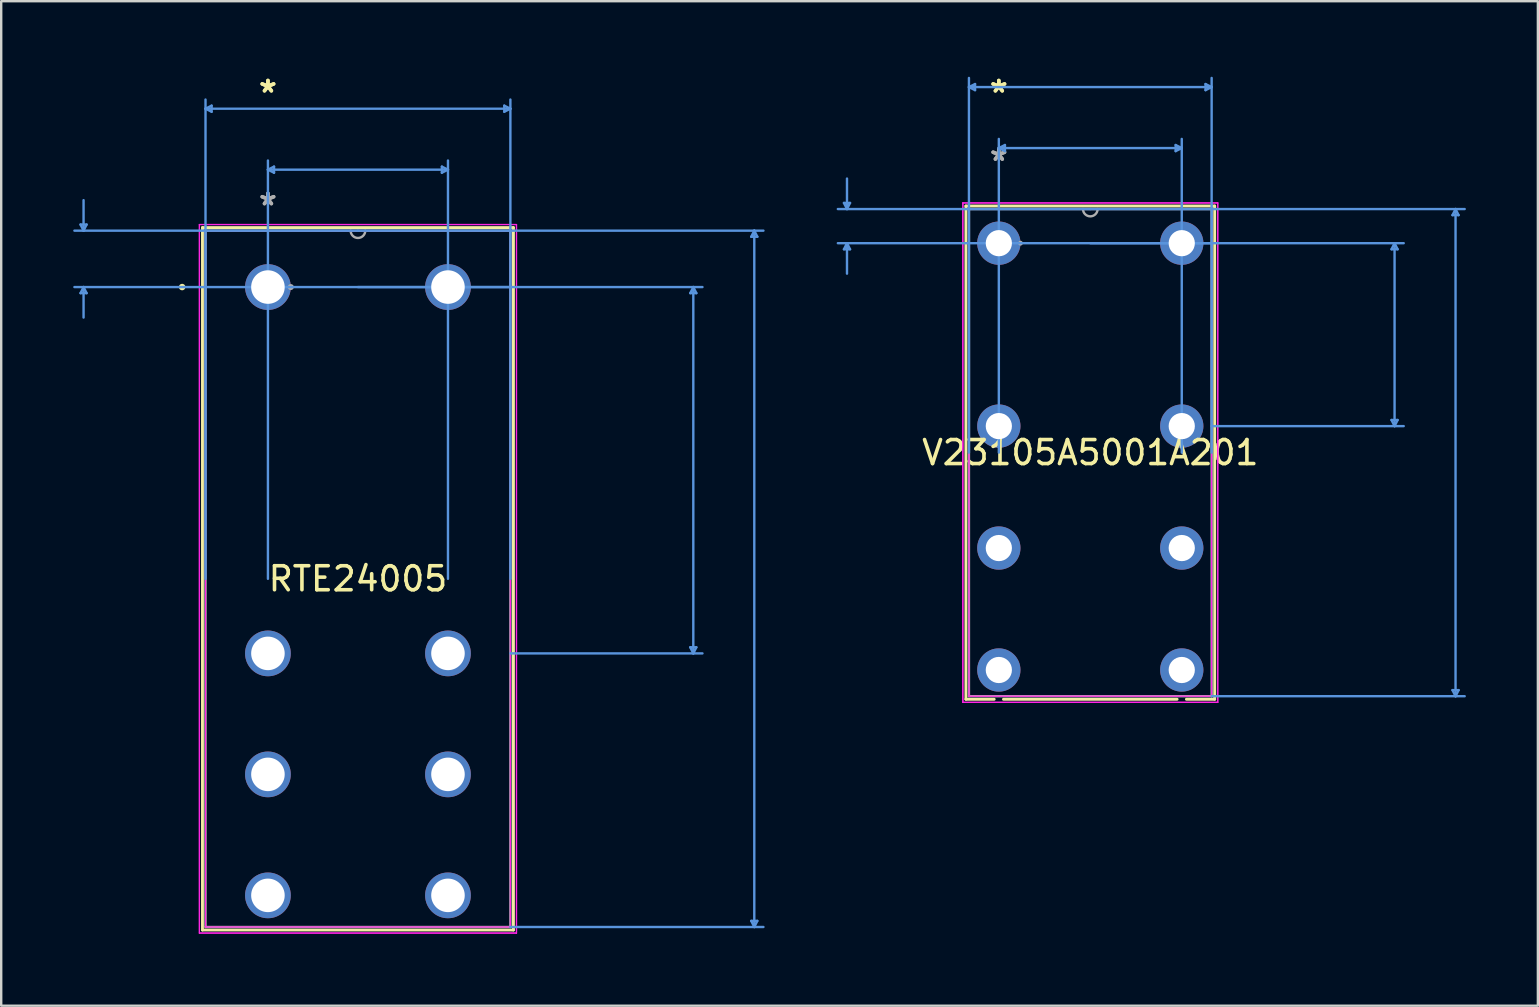
<source format=kicad_pcb>
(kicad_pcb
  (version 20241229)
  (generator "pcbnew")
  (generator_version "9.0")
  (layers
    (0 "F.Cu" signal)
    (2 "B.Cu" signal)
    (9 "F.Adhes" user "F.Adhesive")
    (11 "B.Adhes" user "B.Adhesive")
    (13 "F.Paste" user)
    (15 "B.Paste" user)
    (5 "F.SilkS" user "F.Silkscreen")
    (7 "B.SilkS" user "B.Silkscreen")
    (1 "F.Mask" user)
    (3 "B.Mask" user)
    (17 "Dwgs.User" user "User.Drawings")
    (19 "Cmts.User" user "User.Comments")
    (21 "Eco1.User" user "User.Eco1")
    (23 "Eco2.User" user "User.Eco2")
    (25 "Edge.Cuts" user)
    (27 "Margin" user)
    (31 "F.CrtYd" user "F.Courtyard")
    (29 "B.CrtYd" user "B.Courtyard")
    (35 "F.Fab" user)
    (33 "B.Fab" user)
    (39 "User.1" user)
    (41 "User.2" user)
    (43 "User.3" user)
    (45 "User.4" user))
  (footprint "V23105A5001A201"
    (layer "F.Cu")
    (at 38.558 7.08)
    (property "Reference" "V23105A5001A201" (at 3.81 8.725 0) (layer "F.SilkS") (effects (font (size 1 1) (thickness 0.15))))
    (attr through_hole)
    (fp_line (start -1.372 -1.549) (end -1.372 18.999) (stroke (width 0.12) (type solid)) (layer "F.SilkS"))
    (fp_line (start -1.372 18.999) (end -0.193 18.999) (stroke (width 0.12) (type solid)) (layer "F.SilkS"))
    (fp_line (start 0.193 18.999) (end 7.427 18.999) (stroke (width 0.12) (type solid)) (layer "F.SilkS"))
    (fp_line (start 7.813 18.999) (end 8.992 18.999) (stroke (width 0.12) (type solid)) (layer "F.SilkS"))
    (fp_line (start 8.992 -1.549) (end -1.372 -1.549) (stroke (width 0.12) (type solid)) (layer "F.SilkS"))
    (fp_line (start 8.992 18.999) (end 8.992 -1.549) (stroke (width 0.12) (type solid)) (layer "F.SilkS"))
    (fp_line (start -6.452 -1.676) (end -6.198 -1.676) (stroke (width 0.1) (type solid)) (layer "Cmts.User"))
    (fp_line (start -6.452 0.254) (end -6.198 0.254) (stroke (width 0.1) (type solid)) (layer "Cmts.User"))
    (fp_line (start -6.325 -1.422) (end -6.452 -1.676) (stroke (width 0.1) (type solid)) (layer "Cmts.User"))
    (fp_line (start -6.325 -1.422) (end -6.325 -2.692) (stroke (width 0.1) (type solid)) (layer "Cmts.User"))
    (fp_line (start -6.325 -1.422) (end -6.198 -1.676) (stroke (width 0.1) (type solid)) (layer "Cmts.User"))
    (fp_line (start -6.325 0) (end -6.452 0.254) (stroke (width 0.1) (type solid)) (layer "Cmts.User"))
    (fp_line (start -6.325 0) (end -6.325 1.27) (stroke (width 0.1) (type solid)) (layer "Cmts.User"))
    (fp_line (start -6.325 0) (end -6.198 0.254) (stroke (width 0.1) (type solid)) (layer "Cmts.User"))
    (fp_line (start -1.245 -6.502) (end -0.991 -6.629) (stroke (width 0.1) (type solid)) (layer "Cmts.User"))
    (fp_line (start -1.245 -6.502) (end -0.991 -6.375) (stroke (width 0.1) (type solid)) (layer "Cmts.User"))
    (fp_line (start -1.245 -6.502) (end 8.865 -6.502) (stroke (width 0.1) (type solid)) (layer "Cmts.User"))
    (fp_line (start -1.245 8.725) (end -1.245 -6.883) (stroke (width 0.1) (type solid)) (layer "Cmts.User"))
    (fp_line (start -0.991 -6.629) (end -0.991 -6.375) (stroke (width 0.1) (type solid)) (layer "Cmts.User"))
    (fp_line (start 0 -3.962) (end 0.254 -4.089) (stroke (width 0.1) (type solid)) (layer "Cmts.User"))
    (fp_line (start 0 -3.962) (end 0.254 -3.835) (stroke (width 0.1) (type solid)) (layer "Cmts.User"))
    (fp_line (start 0 -3.962) (end 7.62 -3.962) (stroke (width 0.1) (type solid)) (layer "Cmts.User"))
    (fp_line (start 0 8.725) (end 0 -4.343) (stroke (width 0.1) (type solid)) (layer "Cmts.User"))
    (fp_line (start 0.254 -4.089) (end 0.254 -3.835) (stroke (width 0.1) (type solid)) (layer "Cmts.User"))
    (fp_line (start 3.81 -1.422) (end -6.706 -1.422) (stroke (width 0.1) (type solid)) (layer "Cmts.User"))
    (fp_line (start 3.81 -1.422) (end 19.406 -1.422) (stroke (width 0.1) (type solid)) (layer "Cmts.User"))
    (fp_line (start 3.81 0) (end 16.866 0) (stroke (width 0.1) (type solid)) (layer "Cmts.User"))
    (fp_line (start 7.366 -4.089) (end 7.366 -3.835) (stroke (width 0.1) (type solid)) (layer "Cmts.User"))
    (fp_line (start 7.62 -3.962) (end 7.366 -4.089) (stroke (width 0.1) (type solid)) (layer "Cmts.User"))
    (fp_line (start 7.62 -3.962) (end 7.366 -3.835) (stroke (width 0.1) (type solid)) (layer "Cmts.User"))
    (fp_line (start 7.62 8.725) (end 7.62 -4.343) (stroke (width 0.1) (type solid)) (layer "Cmts.User"))
    (fp_line (start 8.611 -6.629) (end 8.611 -6.375) (stroke (width 0.1) (type solid)) (layer "Cmts.User"))
    (fp_line (start 8.865 -6.502) (end 8.611 -6.629) (stroke (width 0.1) (type solid)) (layer "Cmts.User"))
    (fp_line (start 8.865 -6.502) (end 8.611 -6.375) (stroke (width 0.1) (type solid)) (layer "Cmts.User"))
    (fp_line (start 8.865 0) (end -6.706 0) (stroke (width 0.1) (type solid)) (layer "Cmts.User"))
    (fp_line (start 8.865 7.62) (end 16.866 7.62) (stroke (width 0.1) (type solid)) (layer "Cmts.User"))
    (fp_line (start 8.865 8.725) (end 8.865 -6.883) (stroke (width 0.1) (type solid)) (layer "Cmts.User"))
    (fp_line (start 8.865 18.872) (end 19.406 18.872) (stroke (width 0.1) (type solid)) (layer "Cmts.User"))
    (fp_line (start 16.358 0.254) (end 16.612 0.254) (stroke (width 0.1) (type solid)) (layer "Cmts.User"))
    (fp_line (start 16.358 7.366) (end 16.612 7.366) (stroke (width 0.1) (type solid)) (layer "Cmts.User"))
    (fp_line (start 16.485 0) (end 16.358 0.254) (stroke (width 0.1) (type solid)) (layer "Cmts.User"))
    (fp_line (start 16.485 0) (end 16.485 7.62) (stroke (width 0.1) (type solid)) (layer "Cmts.User"))
    (fp_line (start 16.485 0) (end 16.612 0.254) (stroke (width 0.1) (type solid)) (layer "Cmts.User"))
    (fp_line (start 16.485 7.62) (end 16.358 7.366) (stroke (width 0.1) (type solid)) (layer "Cmts.User"))
    (fp_line (start 16.485 7.62) (end 16.612 7.366) (stroke (width 0.1) (type solid)) (layer "Cmts.User"))
    (fp_line (start 18.898 -1.168) (end 19.152 -1.168) (stroke (width 0.1) (type solid)) (layer "Cmts.User"))
    (fp_line (start 18.898 18.618) (end 19.152 18.618) (stroke (width 0.1) (type solid)) (layer "Cmts.User"))
    (fp_line (start 19.025 -1.422) (end 18.898 -1.168) (stroke (width 0.1) (type solid)) (layer "Cmts.User"))
    (fp_line (start 19.025 -1.422) (end 19.025 18.872) (stroke (width 0.1) (type solid)) (layer "Cmts.User"))
    (fp_line (start 19.025 -1.422) (end 19.152 -1.168) (stroke (width 0.1) (type solid)) (layer "Cmts.User"))
    (fp_line (start 19.025 18.872) (end 18.898 18.618) (stroke (width 0.1) (type solid)) (layer "Cmts.User"))
    (fp_line (start 19.025 18.872) (end 19.152 18.618) (stroke (width 0.1) (type solid)) (layer "Cmts.User"))
    (fp_line (start -1.499 -1.676) (end 9.119 -1.676) (stroke (width 0.05) (type solid)) (layer "F.CrtYd"))
    (fp_line (start -1.499 -1.676) (end 9.119 -1.676) (stroke (width 0.05) (type solid)) (layer "F.CrtYd"))
    (fp_line (start -1.499 19.126) (end -1.499 -1.676) (stroke (width 0.05) (type solid)) (layer "F.CrtYd"))
    (fp_line (start -1.499 19.126) (end -1.499 -1.676) (stroke (width 0.05) (type solid)) (layer "F.CrtYd"))
    (fp_line (start -1.245 -1.422) (end 8.865 -1.422) (stroke (width 0.05) (type solid)) (layer "F.CrtYd"))
    (fp_line (start -1.245 18.872) (end -1.245 -1.422) (stroke (width 0.05) (type solid)) (layer "F.CrtYd"))
    (fp_line (start 8.865 -1.422) (end 8.865 18.872) (stroke (width 0.05) (type solid)) (layer "F.CrtYd"))
    (fp_line (start 8.865 18.872) (end -1.245 18.872) (stroke (width 0.05) (type solid)) (layer "F.CrtYd"))
    (fp_line (start 9.119 -1.676) (end 9.119 19.126) (stroke (width 0.05) (type solid)) (layer "F.CrtYd"))
    (fp_line (start 9.119 -1.676) (end 9.119 19.126) (stroke (width 0.05) (type solid)) (layer "F.CrtYd"))
    (fp_line (start 9.119 19.126) (end -1.499 19.126) (stroke (width 0.05) (type solid)) (layer "F.CrtYd"))
    (fp_line (start 9.119 19.126) (end -1.499 19.126) (stroke (width 0.05) (type solid)) (layer "F.CrtYd"))
    (fp_line (start -1.245 -1.422) (end -1.245 18.872) (stroke (width 0.1) (type solid)) (layer "F.Fab"))
    (fp_line (start -1.245 18.872) (end 8.865 18.872) (stroke (width 0.1) (type solid)) (layer "F.Fab"))
    (fp_line (start 8.865 -1.422) (end -1.245 -1.422) (stroke (width 0.1) (type solid)) (layer "F.Fab"))
    (fp_line (start 8.865 18.872) (end 8.865 -1.422) (stroke (width 0.1) (type solid)) (layer "F.Fab"))
    (fp_arc (start 4.1148 -1.4224) (mid 3.81 -1.1176) (end 3.5052 -1.4224) (stroke (width 0.1) (type solid)) (layer "F.Fab"))
    (fp_circle (center 0.902 0) (end 0.902 0) (stroke (width 0.1) (type solid)) (fill no) (layer "F.Fab"))
    (fp_text user "*" (at 0 -6.231 0) (layer "F.SilkS") (effects (font (size 1 1) (thickness 0.15))))
    (fp_text user "*" (at 0 -6.231 0) (layer "F.SilkS") (effects (font (size 1 1) (thickness 0.15))))
    (fp_text user "Copyright 2021 Accelerated Designs. All rights reserved." (at 0 0 0) (layer "Cmts.User") (effects (font (size 0.127 0.127) (thickness 0.002))))
    (fp_text user "*" (at 0 -3.387 0) (layer "F.Fab") (effects (font (size 1 1) (thickness 0.15))))
    (fp_text user "*" (at 0 -3.387 0) (layer "F.Fab") (effects (font (size 1 1) (thickness 0.15))))
    (pad "1" thru_hole circle (at 0 0) (size 1.803 1.803) (drill 1.092) (layers "*.Cu" "*.Mask"))
    (pad "2" thru_hole circle (at 0 7.62) (size 1.803 1.803) (drill 1.092) (layers "*.Cu" "*.Mask"))
    (pad "3" thru_hole circle (at 0 12.7) (size 1.803 1.803) (drill 1.092) (layers "*.Cu" "*.Mask"))
    (pad "4" thru_hole circle (at 0 17.78) (size 1.803 1.803) (drill 1.092) (layers "*.Cu" "*.Mask"))
    (pad "5" thru_hole circle (at 7.62 17.78) (size 1.803 1.803) (drill 1.092) (layers "*.Cu" "*.Mask"))
    (pad "6" thru_hole circle (at 7.62 12.7) (size 1.803 1.803) (drill 1.092) (layers "*.Cu" "*.Mask"))
    (pad "7" thru_hole circle (at 7.62 7.62) (size 1.803 1.803) (drill 1.092) (layers "*.Cu" "*.Mask"))
    (pad "8" thru_hole circle (at 7.62 0) (size 1.803 1.803) (drill 1.092) (layers "*.Cu" "*.Mask")))
  (footprint "RTE24005"
    (layer "F.Cu")
    (at 8.111 8.908)
    (property "Reference" "RTE24005" (at 3.75 12.153 0) (layer "F.SilkS") (effects (font (size 1 1) (thickness 0.15))))
    (attr through_hole)
    (fp_line (start -2.727 -2.477) (end -2.727 26.784) (stroke (width 0.12) (type solid)) (layer "F.SilkS"))
    (fp_line (start -2.727 26.784) (end 10.227 26.784) (stroke (width 0.12) (type solid)) (layer "F.SilkS"))
    (fp_line (start 10.227 -2.477) (end -2.727 -2.477) (stroke (width 0.12) (type solid)) (layer "F.SilkS"))
    (fp_line (start 10.227 26.784) (end 10.227 -2.477) (stroke (width 0.12) (type solid)) (layer "F.SilkS"))
    (fp_circle (center -3.574 0) (end -3.498 0) (stroke (width 0.12) (type solid)) (fill no) (layer "F.SilkS"))
    (fp_line (start -7.807 -2.604) (end -7.553 -2.604) (stroke (width 0.1) (type solid)) (layer "Cmts.User"))
    (fp_line (start -7.807 0.254) (end -7.553 0.254) (stroke (width 0.1) (type solid)) (layer "Cmts.User"))
    (fp_line (start -7.68 -2.35) (end -7.807 -2.604) (stroke (width 0.1) (type solid)) (layer "Cmts.User"))
    (fp_line (start -7.68 -2.35) (end -7.68 -3.62) (stroke (width 0.1) (type solid)) (layer "Cmts.User"))
    (fp_line (start -7.68 -2.35) (end -7.553 -2.604) (stroke (width 0.1) (type solid)) (layer "Cmts.User"))
    (fp_line (start -7.68 0) (end -7.807 0.254) (stroke (width 0.1) (type solid)) (layer "Cmts.User"))
    (fp_line (start -7.68 0) (end -7.68 1.27) (stroke (width 0.1) (type solid)) (layer "Cmts.User"))
    (fp_line (start -7.68 0) (end -7.553 0.254) (stroke (width 0.1) (type solid)) (layer "Cmts.User"))
    (fp_line (start -2.6 -7.43) (end -2.346 -7.557) (stroke (width 0.1) (type solid)) (layer "Cmts.User"))
    (fp_line (start -2.6 -7.43) (end -2.346 -7.303) (stroke (width 0.1) (type solid)) (layer "Cmts.User"))
    (fp_line (start -2.6 -7.43) (end 10.1 -7.43) (stroke (width 0.1) (type solid)) (layer "Cmts.User"))
    (fp_line (start -2.6 12.153) (end -2.6 -7.811) (stroke (width 0.1) (type solid)) (layer "Cmts.User"))
    (fp_line (start -2.346 -7.557) (end -2.346 -7.303) (stroke (width 0.1) (type solid)) (layer "Cmts.User"))
    (fp_line (start 0 -4.89) (end 0.254 -5.017) (stroke (width 0.1) (type solid)) (layer "Cmts.User"))
    (fp_line (start 0 -4.89) (end 0.254 -4.763) (stroke (width 0.1) (type solid)) (layer "Cmts.User"))
    (fp_line (start 0 -4.89) (end 7.5 -4.89) (stroke (width 0.1) (type solid)) (layer "Cmts.User"))
    (fp_line (start 0 12.153) (end 0 -5.271) (stroke (width 0.1) (type solid)) (layer "Cmts.User"))
    (fp_line (start 0.254 -5.017) (end 0.254 -4.763) (stroke (width 0.1) (type solid)) (layer "Cmts.User"))
    (fp_line (start 3.75 -2.35) (end -8.061 -2.35) (stroke (width 0.1) (type solid)) (layer "Cmts.User"))
    (fp_line (start 3.75 -2.35) (end 20.641 -2.35) (stroke (width 0.1) (type solid)) (layer "Cmts.User"))
    (fp_line (start 3.75 0) (end 18.101 0) (stroke (width 0.1) (type solid)) (layer "Cmts.User"))
    (fp_line (start 7.246 -5.017) (end 7.246 -4.763) (stroke (width 0.1) (type solid)) (layer "Cmts.User"))
    (fp_line (start 7.5 -4.89) (end 7.246 -5.017) (stroke (width 0.1) (type solid)) (layer "Cmts.User"))
    (fp_line (start 7.5 -4.89) (end 7.246 -4.763) (stroke (width 0.1) (type solid)) (layer "Cmts.User"))
    (fp_line (start 7.5 12.153) (end 7.5 -5.271) (stroke (width 0.1) (type solid)) (layer "Cmts.User"))
    (fp_line (start 9.846 -7.557) (end 9.846 -7.303) (stroke (width 0.1) (type solid)) (layer "Cmts.User"))
    (fp_line (start 10.1 -7.43) (end 9.846 -7.557) (stroke (width 0.1) (type solid)) (layer "Cmts.User"))
    (fp_line (start 10.1 -7.43) (end 9.846 -7.303) (stroke (width 0.1) (type solid)) (layer "Cmts.User"))
    (fp_line (start 10.1 0) (end -8.061 0) (stroke (width 0.1) (type solid)) (layer "Cmts.User"))
    (fp_line (start 10.1 12.153) (end 10.1 -7.811) (stroke (width 0.1) (type solid)) (layer "Cmts.User"))
    (fp_line (start 10.1 15.26) (end 18.101 15.26) (stroke (width 0.1) (type solid)) (layer "Cmts.User"))
    (fp_line (start 10.1 26.657) (end 20.641 26.657) (stroke (width 0.1) (type solid)) (layer "Cmts.User"))
    (fp_line (start 17.593 0.254) (end 17.847 0.254) (stroke (width 0.1) (type solid)) (layer "Cmts.User"))
    (fp_line (start 17.593 15.006) (end 17.847 15.006) (stroke (width 0.1) (type solid)) (layer "Cmts.User"))
    (fp_line (start 17.72 0) (end 17.593 0.254) (stroke (width 0.1) (type solid)) (layer "Cmts.User"))
    (fp_line (start 17.72 0) (end 17.72 15.26) (stroke (width 0.1) (type solid)) (layer "Cmts.User"))
    (fp_line (start 17.72 0) (end 17.847 0.254) (stroke (width 0.1) (type solid)) (layer "Cmts.User"))
    (fp_line (start 17.72 15.26) (end 17.593 15.006) (stroke (width 0.1) (type solid)) (layer "Cmts.User"))
    (fp_line (start 17.72 15.26) (end 17.847 15.006) (stroke (width 0.1) (type solid)) (layer "Cmts.User"))
    (fp_line (start 20.133 -2.096) (end 20.387 -2.096) (stroke (width 0.1) (type solid)) (layer "Cmts.User"))
    (fp_line (start 20.133 26.403) (end 20.387 26.403) (stroke (width 0.1) (type solid)) (layer "Cmts.User"))
    (fp_line (start 20.26 -2.35) (end 20.133 -2.096) (stroke (width 0.1) (type solid)) (layer "Cmts.User"))
    (fp_line (start 20.26 -2.35) (end 20.26 26.657) (stroke (width 0.1) (type solid)) (layer "Cmts.User"))
    (fp_line (start 20.26 -2.35) (end 20.387 -2.096) (stroke (width 0.1) (type solid)) (layer "Cmts.User"))
    (fp_line (start 20.26 26.657) (end 20.133 26.403) (stroke (width 0.1) (type solid)) (layer "Cmts.User"))
    (fp_line (start 20.26 26.657) (end 20.387 26.403) (stroke (width 0.1) (type solid)) (layer "Cmts.User"))
    (fp_line (start -2.854 -2.604) (end 10.354 -2.604) (stroke (width 0.05) (type solid)) (layer "F.CrtYd"))
    (fp_line (start -2.854 -2.604) (end 10.354 -2.604) (stroke (width 0.05) (type solid)) (layer "F.CrtYd"))
    (fp_line (start -2.854 26.911) (end -2.854 -2.604) (stroke (width 0.05) (type solid)) (layer "F.CrtYd"))
    (fp_line (start -2.854 26.911) (end -2.854 -2.604) (stroke (width 0.05) (type solid)) (layer "F.CrtYd"))
    (fp_line (start -2.6 -2.35) (end 10.1 -2.35) (stroke (width 0.05) (type solid)) (layer "F.CrtYd"))
    (fp_line (start -2.6 26.657) (end -2.6 -2.35) (stroke (width 0.05) (type solid)) (layer "F.CrtYd"))
    (fp_line (start 10.1 -2.35) (end 10.1 26.657) (stroke (width 0.05) (type solid)) (layer "F.CrtYd"))
    (fp_line (start 10.1 26.657) (end -2.6 26.657) (stroke (width 0.05) (type solid)) (layer "F.CrtYd"))
    (fp_line (start 10.354 -2.604) (end 10.354 26.911) (stroke (width 0.05) (type solid)) (layer "F.CrtYd"))
    (fp_line (start 10.354 -2.604) (end 10.354 26.911) (stroke (width 0.05) (type solid)) (layer "F.CrtYd"))
    (fp_line (start 10.354 26.911) (end -2.854 26.911) (stroke (width 0.05) (type solid)) (layer "F.CrtYd"))
    (fp_line (start 10.354 26.911) (end -2.854 26.911) (stroke (width 0.05) (type solid)) (layer "F.CrtYd"))
    (fp_line (start -2.6 -2.35) (end -2.6 26.657) (stroke (width 0.1) (type solid)) (layer "F.Fab"))
    (fp_line (start -2.6 26.657) (end 10.1 26.657) (stroke (width 0.1) (type solid)) (layer "F.Fab"))
    (fp_line (start 10.1 -2.35) (end -2.6 -2.35) (stroke (width 0.1) (type solid)) (layer "F.Fab"))
    (fp_line (start 10.1 26.657) (end 10.1 -2.35) (stroke (width 0.1) (type solid)) (layer "F.Fab"))
    (fp_arc (start 4.0548 -2.35) (mid 3.75 -2.0452) (end 3.4452 -2.35) (stroke (width 0.1) (type solid)) (layer "F.Fab"))
    (fp_circle (center 0.953 0) (end 1.029 0) (stroke (width 0.1) (type solid)) (fill no) (layer "F.Fab"))
    (fp_text user "*" (at 0 -8.06 0) (layer "F.SilkS") (effects (font (size 1 1) (thickness 0.15))))
    (fp_text user "*" (at 0 -8.06 0) (layer "F.SilkS") (effects (font (size 1 1) (thickness 0.15))))
    (fp_text user "Copyright 2021 Accelerated Designs. All rights reserved." (at 0 0 0) (layer "Cmts.User") (effects (font (size 0.127 0.127) (thickness 0.002))))
    (fp_text user "*" (at 0 -3.36 0) (layer "F.Fab") (effects (font (size 1 1) (thickness 0.15))))
    (fp_text user "*" (at 0 -3.36 0) (layer "F.Fab") (effects (font (size 1 1) (thickness 0.15))))
    (pad "1" thru_hole circle (at 0 0) (size 1.905 1.905) (drill 1.397) (layers "*.Cu" "*.Mask"))
    (pad "2" thru_hole circle (at 0 15.26) (size 1.905 1.905) (drill 1.397) (layers "*.Cu" "*.Mask"))
    (pad "3" thru_hole circle (at 0 20.3) (size 1.905 1.905) (drill 1.397) (layers "*.Cu" "*.Mask"))
    (pad "4" thru_hole circle (at 0 25.34) (size 1.905 1.905) (drill 1.397) (layers "*.Cu" "*.Mask"))
    (pad "5" thru_hole circle (at 7.5 25.34) (size 1.905 1.905) (drill 1.397) (layers "*.Cu" "*.Mask"))
    (pad "6" thru_hole circle (at 7.5 20.3) (size 1.905 1.905) (drill 1.397) (layers "*.Cu" "*.Mask"))
    (pad "7" thru_hole circle (at 7.5 15.26) (size 1.905 1.905) (drill 1.397) (layers "*.Cu" "*.Mask"))
    (pad "8" thru_hole circle (at 7.5 0) (size 1.905 1.905) (drill 1.397) (layers "*.Cu" "*.Mask")))
  (gr_rect
    (start -3 -3)
    (end 61.013 38.844)
    (stroke (width 0.1) (type default))
    (fill no)
    (layer "Edge.Cuts")))
</source>
